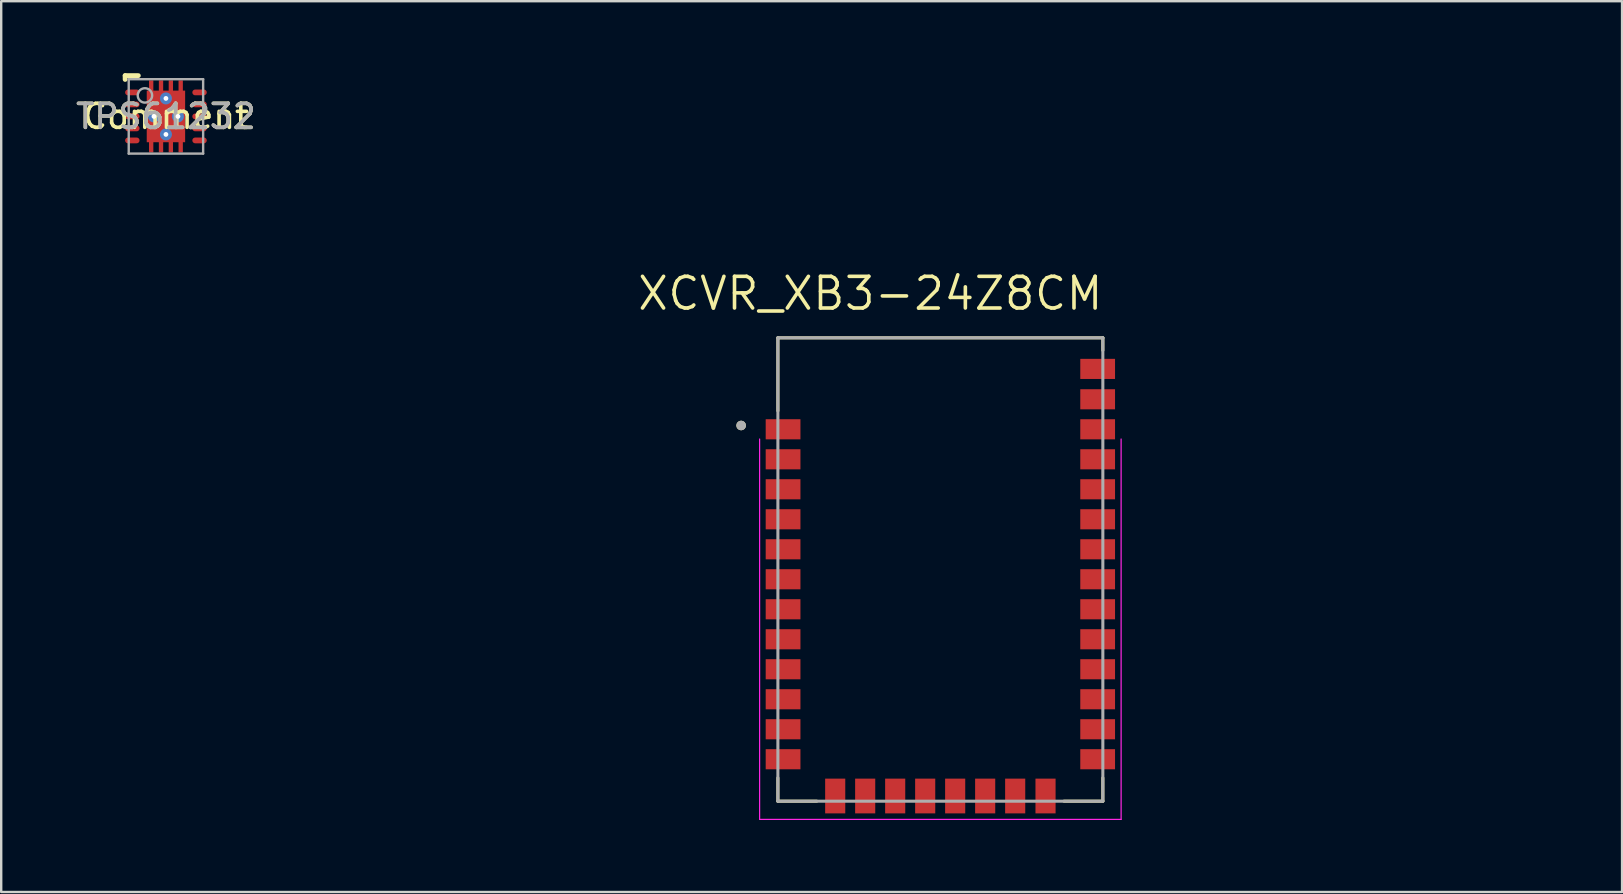
<source format=kicad_pcb>
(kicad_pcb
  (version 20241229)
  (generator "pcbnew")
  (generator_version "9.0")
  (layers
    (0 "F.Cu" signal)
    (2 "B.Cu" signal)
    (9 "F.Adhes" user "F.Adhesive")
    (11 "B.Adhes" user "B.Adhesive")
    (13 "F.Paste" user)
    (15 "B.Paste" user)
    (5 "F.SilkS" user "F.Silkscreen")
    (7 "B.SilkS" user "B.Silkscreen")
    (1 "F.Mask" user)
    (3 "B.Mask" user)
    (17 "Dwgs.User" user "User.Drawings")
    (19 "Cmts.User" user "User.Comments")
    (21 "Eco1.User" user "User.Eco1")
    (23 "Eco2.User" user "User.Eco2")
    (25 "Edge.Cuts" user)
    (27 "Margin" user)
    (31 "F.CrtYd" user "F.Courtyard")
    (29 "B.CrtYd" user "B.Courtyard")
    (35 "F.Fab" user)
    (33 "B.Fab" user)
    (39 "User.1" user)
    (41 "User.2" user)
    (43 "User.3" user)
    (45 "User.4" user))
  (footprint "TPS61232"
    (layer "F.Cu")
    (at 3.863 1.8)
    (property "Reference" "TPS61232" (at 0 0 0) (unlocked yes) (layer "F.SilkS") (effects (font (size 1 1) (thickness 0.15))))
    (attr smd)
    (fp_poly (pts (xy -0.525 -1.5) (xy -0.705 -1.5) (xy -0.705 -1.05) (xy -0.525 -1.05)) (stroke (width 0) (type solid)) (fill yes) (layer "F.Cu"))
    (fp_poly (pts (xy -0.525 1.05) (xy -0.705 1.05) (xy -0.705 1.5) (xy -0.525 1.5)) (stroke (width 0) (type solid)) (fill yes) (layer "F.Cu"))
    (fp_poly (pts (xy -0.115 -1.5) (xy -0.295 -1.5) (xy -0.295 -1.05) (xy -0.115 -1.05)) (stroke (width 0) (type solid)) (fill yes) (layer "F.Cu"))
    (fp_poly (pts (xy -0.115 1.05) (xy -0.295 1.05) (xy -0.295 1.5) (xy -0.115 1.5)) (stroke (width 0) (type solid)) (fill yes) (layer "F.Cu"))
    (fp_poly (pts (xy 0.295 -1.5) (xy 0.115 -1.5) (xy 0.115 -1.05) (xy 0.295 -1.05)) (stroke (width 0) (type solid)) (fill yes) (layer "F.Cu"))
    (fp_poly (pts (xy 0.295 1.05) (xy 0.115 1.05) (xy 0.115 1.5) (xy 0.295 1.5)) (stroke (width 0) (type solid)) (fill yes) (layer "F.Cu"))
    (fp_poly (pts (xy 0.705 -1.5) (xy 0.525 -1.5) (xy 0.525 -1.05) (xy 0.705 -1.05)) (stroke (width 0) (type solid)) (fill yes) (layer "F.Cu"))
    (fp_poly (pts (xy 0.705 1.05) (xy 0.525 1.05) (xy 0.525 1.5) (xy 0.705 1.5)) (stroke (width 0) (type solid)) (fill yes) (layer "F.Cu"))
    (fp_poly (pts (xy -0.474 -1.551) (xy -0.756 -1.551) (xy -0.756 -0.999) (xy -0.474 -0.999)) (stroke (width 0) (type solid)) (fill yes) (layer "F.Mask"))
    (fp_poly (pts (xy -0.474 0.999) (xy -0.756 0.999) (xy -0.756 1.551) (xy -0.474 1.551)) (stroke (width 0) (type solid)) (fill yes) (layer "F.Mask"))
    (fp_poly (pts (xy -0.064 -1.551) (xy -0.346 -1.551) (xy -0.346 -0.999) (xy -0.064 -0.999)) (stroke (width 0) (type solid)) (fill yes) (layer "F.Mask"))
    (fp_poly (pts (xy -0.064 0.999) (xy -0.346 0.999) (xy -0.346 1.551) (xy -0.064 1.551)) (stroke (width 0) (type solid)) (fill yes) (layer "F.Mask"))
    (fp_poly (pts (xy 0.346 -1.551) (xy 0.064 -1.551) (xy 0.064 -0.999) (xy 0.346 -0.999)) (stroke (width 0) (type solid)) (fill yes) (layer "F.Mask"))
    (fp_poly (pts (xy 0.346 0.999) (xy 0.064 0.999) (xy 0.064 1.551) (xy 0.346 1.551)) (stroke (width 0) (type solid)) (fill yes) (layer "F.Mask"))
    (fp_poly (pts (xy 0.756 -1.551) (xy 0.474 -1.551) (xy 0.474 -0.999) (xy 0.756 -0.999)) (stroke (width 0) (type solid)) (fill yes) (layer "F.Mask"))
    (fp_poly (pts (xy 0.756 0.999) (xy 0.474 0.999) (xy 0.474 1.551) (xy 0.756 1.551)) (stroke (width 0) (type solid)) (fill yes) (layer "F.Mask"))
    (fp_line (start -1.7 -1.7) (end -1.15 -1.7) (stroke (width 0.2) (type solid)) (layer "F.SilkS"))
    (fp_line (start -1.7 -1.54) (end -1.7 -1.7) (stroke (width 0.2) (type solid)) (layer "F.SilkS"))
    (fp_poly (pts (xy -0.69 1.039) (xy 0.676 1.039) (xy 0.676 0.1) (xy -0.69 0.1)) (stroke (width 0) (type solid)) (fill yes) (layer "F.Paste"))
    (fp_poly (pts (xy -0.685 -0.1) (xy 0.681 -0.1) (xy 0.681 -1.039) (xy -0.685 -1.039)) (stroke (width 0) (type solid)) (fill yes) (layer "F.Paste"))
    (fp_line (start -1.55 -1.55) (end 1.55 -1.55) (stroke (width 0.1) (type solid)) (layer "F.Fab"))
    (fp_line (start -1.55 1.55) (end -1.55 -1.55) (stroke (width 0.1) (type solid)) (layer "F.Fab"))
    (fp_line (start -1.55 1.55) (end 1.55 1.55) (stroke (width 0.1) (type solid)) (layer "F.Fab"))
    (fp_line (start 1.55 1.55) (end 1.55 -1.55) (stroke (width 0.1) (type solid)) (layer "F.Fab"))
    (fp_circle (center -0.875 -0.875) (end -0.575 -0.875) (stroke (width 0.1) (type solid)) (fill no) (layer "F.Fab"))
    (fp_text user "Comment" (at 0 0 0) (unlocked yes) (layer "F.SilkS") (effects (font (size 1 1) (thickness 0.15))))
    (fp_text user "${REFERENCE}" (at 0 0 0) (unlocked yes) (layer "F.Fab") (effects (font (size 1 1) (thickness 0.15))))
    (pad "1" smd oval (at -1.4 -1 90) (size 0.24 0.6) (layers "F.Cu" "F.Mask" "F.Paste"))
    (pad "2" smd oval (at -1.4 -0.5 90) (size 0.24 0.6) (layers "F.Cu" "F.Mask" "F.Paste"))
    (pad "3" smd oval (at -1.4 0 90) (size 0.24 0.6) (layers "F.Cu" "F.Mask" "F.Paste"))
    (pad "4" smd oval (at -1.4 0.5 90) (size 0.24 0.6) (layers "F.Cu" "F.Mask" "F.Paste"))
    (pad "5" smd oval (at -1.4 1 90) (size 0.24 0.6) (layers "F.Cu" "F.Mask" "F.Paste"))
    (pad "6" smd oval (at 1.4 1 90) (size 0.24 0.6) (layers "F.Cu" "F.Mask" "F.Paste"))
    (pad "7" smd oval (at 1.4 0.5 90) (size 0.24 0.6) (layers "F.Cu" "F.Mask" "F.Paste"))
    (pad "8" smd oval (at 1.4 0 90) (size 0.24 0.6) (layers "F.Cu" "F.Mask" "F.Paste"))
    (pad "9" smd oval (at 1.4 -0.5 90) (size 0.24 0.6) (layers "F.Cu" "F.Mask" "F.Paste"))
    (pad "10" smd oval (at 1.4 -1 90) (size 0.24 0.6) (layers "F.Cu" "F.Mask" "F.Paste"))
    (pad "11" smd rect (at 0.000003 0) (size 1.6 2.15) (layers "F.Cu" "F.Mask" "F.Paste"))
    (pad "V" thru_hole circle (at -0.5 0) (size 0.5 0.5) (drill 0.2) (layers "*.Cu" "*.Mask"))
    (pad "V" thru_hole circle (at 0 -0.75) (size 0.5 0.5) (drill 0.2) (layers "*.Cu" "*.Mask"))
    (pad "V" thru_hole circle (at 0 0.75) (size 0.5 0.5) (drill 0.2) (layers "*.Cu" "*.Mask"))
    (pad "V" thru_hole circle (at 0.5 0) (size 0.5 0.5) (drill 0.2) (layers "*.Cu" "*.Mask")))
  (footprint "XCVR_XB3-24Z8CM"
    (layer "F.Cu")
    (at 36.126 20.676)
    (property "Reference" "XCVR_XB3-24Z8CM" (at -2.919 -11.498 0) (layer "F.SilkS") (effects (font (size 1.32 1.32) (thickness 0.15))))
    (attr smd)
    (fp_line (start -6.769 -9.652) (end 6.769 -9.652) (stroke (width 0.127) (type solid)) (layer "F.SilkS"))
    (fp_line (start -6.769 -6.61) (end -6.769 -9.652) (stroke (width 0.127) (type solid)) (layer "F.SilkS"))
    (fp_line (start -6.769 8.68) (end -6.769 9.652) (stroke (width 0.127) (type solid)) (layer "F.SilkS"))
    (fp_line (start -6.769 9.652) (end -5.15 9.652) (stroke (width 0.127) (type solid)) (layer "F.SilkS"))
    (fp_line (start 5.15 9.652) (end 6.769 9.652) (stroke (width 0.127) (type solid)) (layer "F.SilkS"))
    (fp_line (start 6.769 -9.652) (end 6.769 -9.13) (stroke (width 0.127) (type solid)) (layer "F.SilkS"))
    (fp_line (start 6.769 9.652) (end 6.769 8.68) (stroke (width 0.127) (type solid)) (layer "F.SilkS"))
    (fp_circle (center -8.3 -6) (end -8.2 -6) (stroke (width 0.2) (type solid)) (fill no) (layer "F.SilkS"))
    (fp_line (start -7.53 -5.436) (end -7.53 10.41) (stroke (width 0.05) (type solid)) (layer "F.CrtYd"))
    (fp_line (start -7.53 10.41) (end 7.53 10.41) (stroke (width 0.05) (type solid)) (layer "F.CrtYd"))
    (fp_line (start 7.53 10.41) (end 7.53 -5.436) (stroke (width 0.05) (type solid)) (layer "F.CrtYd"))
    (fp_line (start -6.769 -9.652) (end 6.769 -9.652) (stroke (width 0.127) (type solid)) (layer "F.Fab"))
    (fp_line (start -6.769 9.652) (end -6.769 -9.652) (stroke (width 0.127) (type solid)) (layer "F.Fab"))
    (fp_line (start 6.769 -9.652) (end 6.769 9.652) (stroke (width 0.127) (type solid)) (layer "F.Fab"))
    (fp_line (start 6.769 9.652) (end -6.769 9.652) (stroke (width 0.127) (type solid)) (layer "F.Fab"))
    (fp_circle (center -8.3 -6) (end -8.2 -6) (stroke (width 0.2) (type solid)) (fill no) (layer "F.Fab"))
    (pad "1" smd rect (at -6.553 -5.842) (size 1.448 0.838) (layers "F.Cu" "F.Mask" "F.Paste"))
    (pad "2" smd rect (at -6.553 -4.592) (size 1.448 0.838) (layers "F.Cu" "F.Mask" "F.Paste"))
    (pad "3" smd rect (at -6.553 -3.343) (size 1.448 0.838) (layers "F.Cu" "F.Mask" "F.Paste"))
    (pad "4" smd rect (at -6.553 -2.093) (size 1.448 0.838) (layers "F.Cu" "F.Mask" "F.Paste"))
    (pad "5" smd rect (at -6.553 -0.843) (size 1.448 0.838) (layers "F.Cu" "F.Mask" "F.Paste"))
    (pad "6" smd rect (at -6.553 0.406) (size 1.448 0.838) (layers "F.Cu" "F.Mask" "F.Paste"))
    (pad "7" smd rect (at -6.553 1.656) (size 1.448 0.838) (layers "F.Cu" "F.Mask" "F.Paste"))
    (pad "8" smd rect (at -6.553 2.906) (size 1.448 0.838) (layers "F.Cu" "F.Mask" "F.Paste"))
    (pad "9" smd rect (at -6.553 4.155) (size 1.448 0.838) (layers "F.Cu" "F.Mask" "F.Paste"))
    (pad "10" smd rect (at -6.553 5.405) (size 1.448 0.838) (layers "F.Cu" "F.Mask" "F.Paste"))
    (pad "11" smd rect (at -6.553 6.655) (size 1.448 0.838) (layers "F.Cu" "F.Mask" "F.Paste"))
    (pad "12" smd rect (at -6.553 7.904) (size 1.448 0.838) (layers "F.Cu" "F.Mask" "F.Paste"))
    (pad "13" smd rect (at -4.381 9.436 90) (size 1.448 0.838) (layers "F.Cu" "F.Mask" "F.Paste"))
    (pad "14" smd rect (at -3.132 9.436 90) (size 1.448 0.838) (layers "F.Cu" "F.Mask" "F.Paste"))
    (pad "15" smd rect (at -1.882 9.436 90) (size 1.448 0.838) (layers "F.Cu" "F.Mask" "F.Paste"))
    (pad "16" smd rect (at -0.632 9.436 90) (size 1.448 0.838) (layers "F.Cu" "F.Mask" "F.Paste"))
    (pad "17" smd rect (at 0.617 9.436 90) (size 1.448 0.838) (layers "F.Cu" "F.Mask" "F.Paste"))
    (pad "18" smd rect (at 1.867 9.436 90) (size 1.448 0.838) (layers "F.Cu" "F.Mask" "F.Paste"))
    (pad "19" smd rect (at 3.117 9.436 90) (size 1.448 0.838) (layers "F.Cu" "F.Mask" "F.Paste"))
    (pad "20" smd rect (at 4.381 9.436 90) (size 1.448 0.838) (layers "F.Cu" "F.Mask" "F.Paste"))
    (pad "21" smd rect (at 6.553 7.904) (size 1.448 0.838) (layers "F.Cu" "F.Mask" "F.Paste"))
    (pad "22" smd rect (at 6.553 6.655) (size 1.448 0.838) (layers "F.Cu" "F.Mask" "F.Paste"))
    (pad "23" smd rect (at 6.553 5.405) (size 1.448 0.838) (layers "F.Cu" "F.Mask" "F.Paste"))
    (pad "24" smd rect (at 6.553 4.155) (size 1.448 0.838) (layers "F.Cu" "F.Mask" "F.Paste"))
    (pad "25" smd rect (at 6.553 2.906) (size 1.448 0.838) (layers "F.Cu" "F.Mask" "F.Paste"))
    (pad "26" smd rect (at 6.553 1.656) (size 1.448 0.838) (layers "F.Cu" "F.Mask" "F.Paste"))
    (pad "27" smd rect (at 6.553 0.406) (size 1.448 0.838) (layers "F.Cu" "F.Mask" "F.Paste"))
    (pad "28" smd rect (at 6.553 -0.843) (size 1.448 0.838) (layers "F.Cu" "F.Mask" "F.Paste"))
    (pad "29" smd rect (at 6.553 -2.093) (size 1.448 0.838) (layers "F.Cu" "F.Mask" "F.Paste"))
    (pad "30" smd rect (at 6.553 -3.343) (size 1.448 0.838) (layers "F.Cu" "F.Mask" "F.Paste"))
    (pad "31" smd rect (at 6.553 -4.592) (size 1.448 0.838) (layers "F.Cu" "F.Mask" "F.Paste"))
    (pad "32" smd rect (at 6.553 -5.842) (size 1.448 0.838) (layers "F.Cu" "F.Mask" "F.Paste"))
    (pad "33" smd rect (at 6.553 -7.092) (size 1.448 0.838) (layers "F.Cu" "F.Mask" "F.Paste"))
    (pad "34" smd rect (at 6.553 -8.357) (size 1.448 0.838) (layers "F.Cu" "F.Mask" "F.Paste"))
    (zone (net_name "") (layer "F.Cu") (hatch full 0.508) (connect_pads) (min_thickness 0.01) (filled_areas_thickness no) (keepout (tracks not_allowed) (vias not_allowed) (pads not_allowed) (copperpour not_allowed) (footprints allowed)) (placement (enabled no)) (fill) (polygon (pts (xy 10.726 0) (xy 61.526 0) (xy 61.526 11.024) (xy 10.726 11.024))))
    (zone (net_name "") (layer "F.Cu") (hatch full 0.508) (connect_pads) (min_thickness 0.01) (filled_areas_thickness no) (keepout (tracks not_allowed) (vias not_allowed) (pads not_allowed) (copperpour not_allowed) (footprints allowed)) (placement (enabled no)) (fill) (polygon (pts (xy 37.231 12.294) (xy 39.771 12.294) (xy 39.771 16.104) (xy 37.231 16.104))))
    (zone (net_name "") (layers "F.Cu" "B.Cu") (hatch full 0.508) (connect_pads) (min_thickness 0.01) (filled_areas_thickness no) (keepout (tracks allowed) (vias not_allowed) (pads allowed) (copperpour allowed) (footprints allowed)) (placement (enabled no)) (fill) (polygon (pts (xy 10.726 0) (xy 61.526 0) (xy 61.526 11.024) (xy 10.726 11.024)))))
  (gr_rect
    (start -3 -3)
    (end 64.526 34.111)
    (stroke (width 0.1) (type default))
    (fill no)
    (layer "Edge.Cuts")))
</source>
